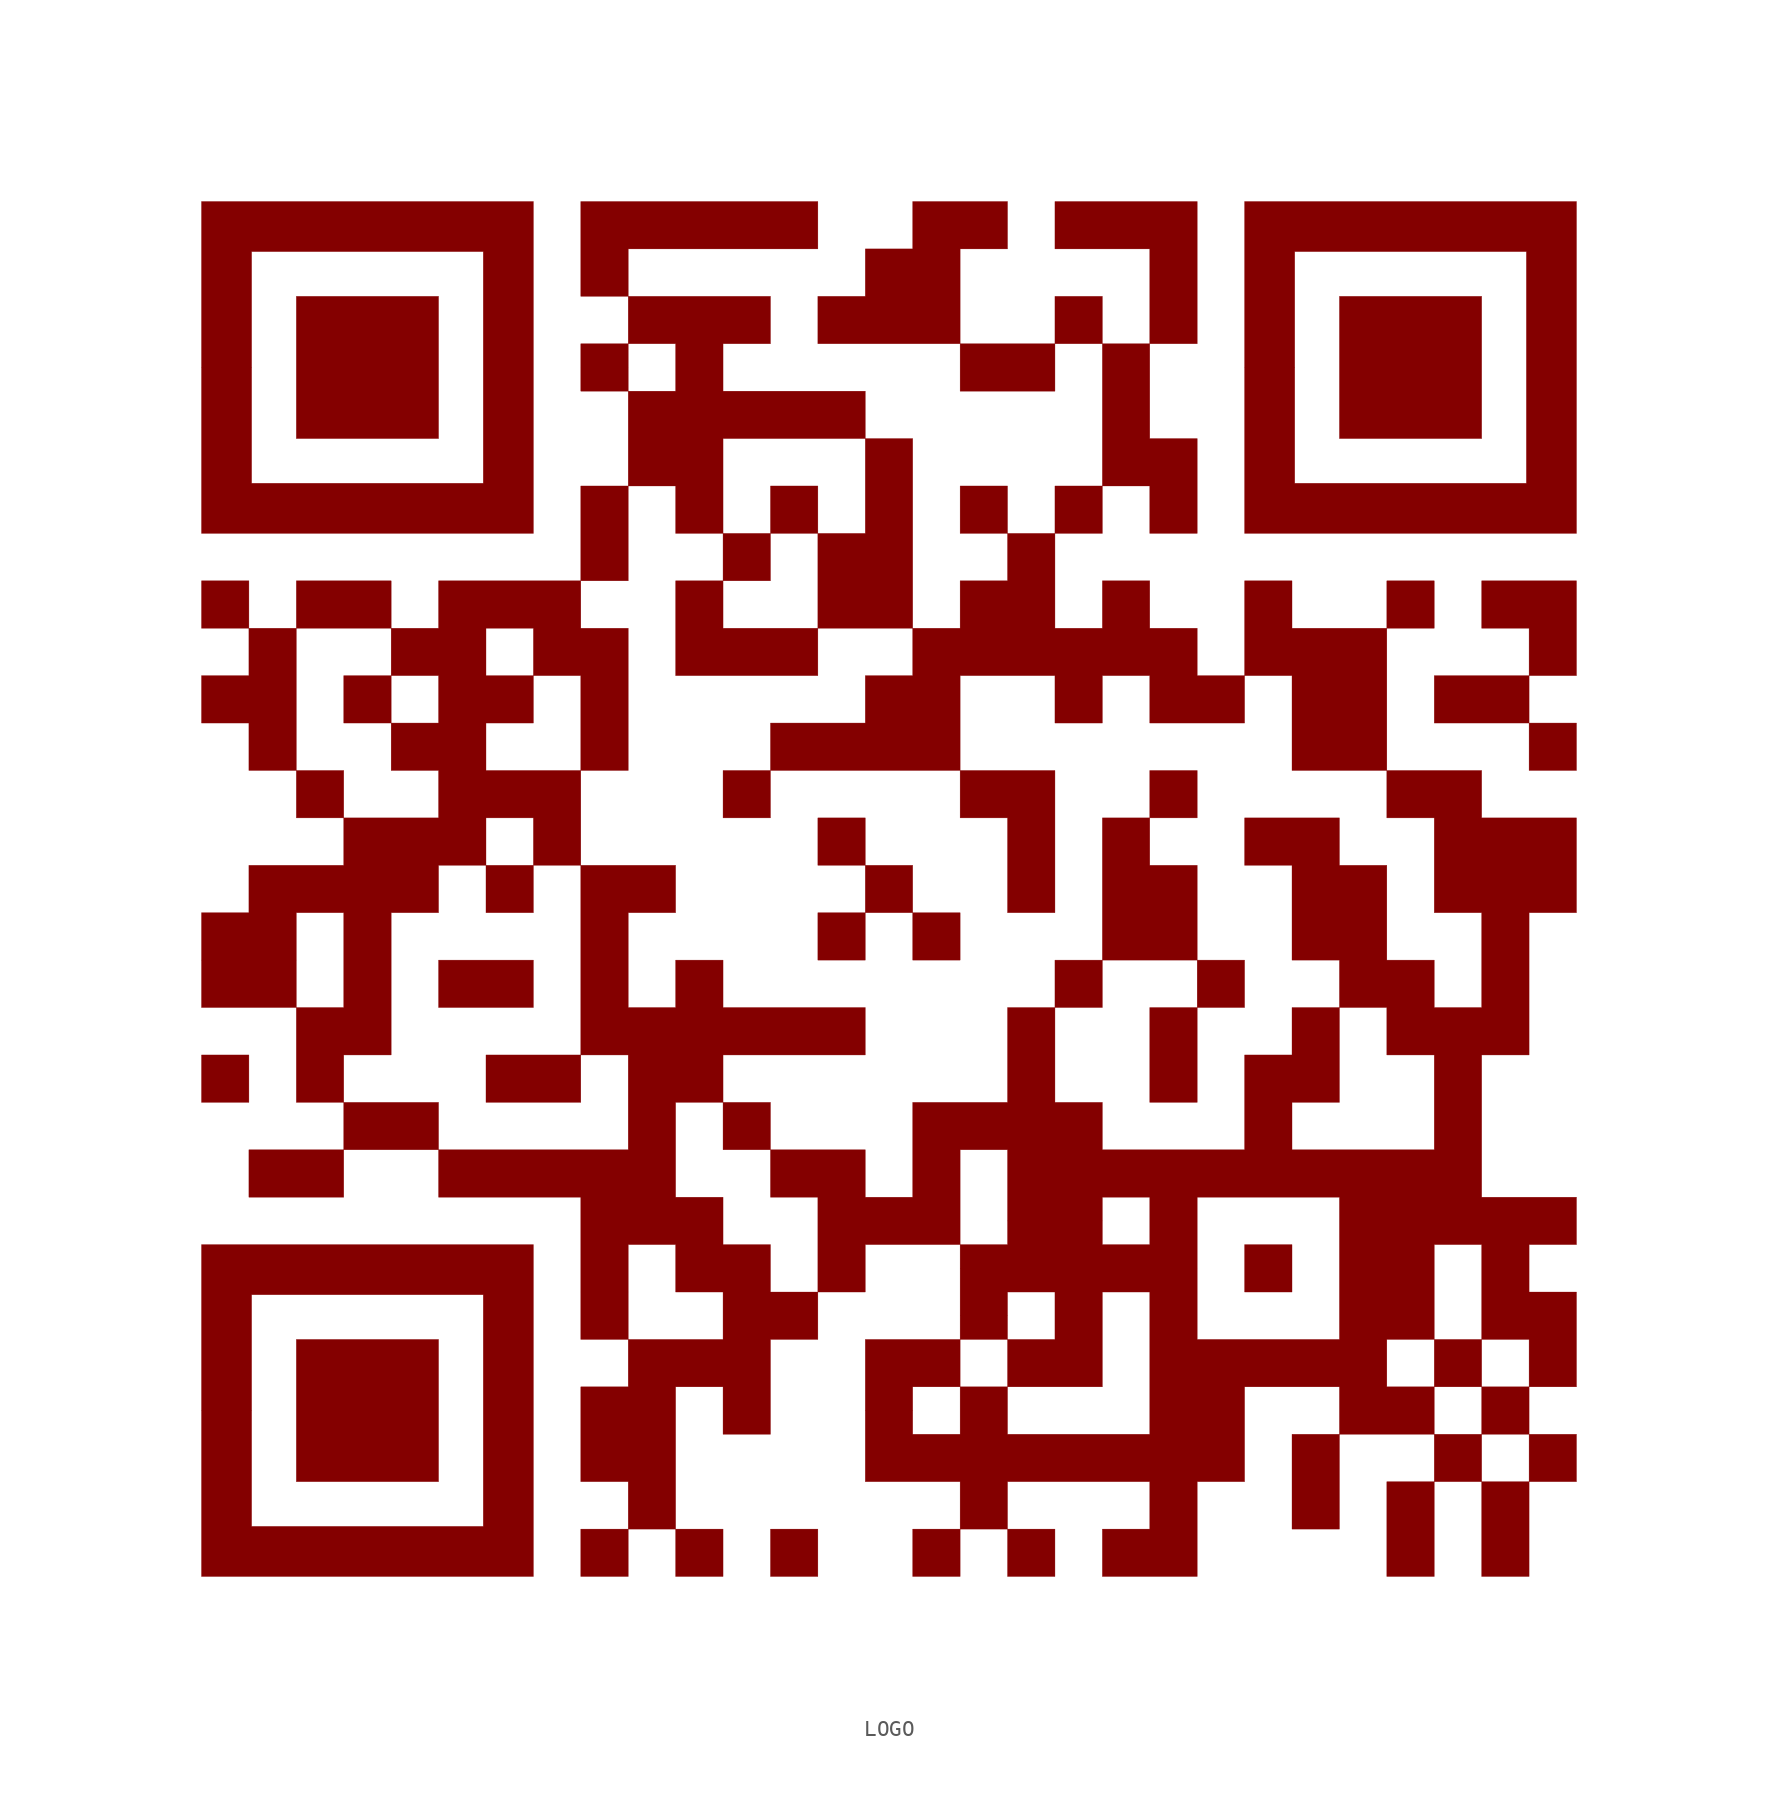
<source format=kicad_sym>
(kicad_symbol_lib
  (version 20220914)
  (generator "bitmap2component")
  (generator_version "9.0")
  (symbol "LOGO"
    (pin_names
      (offset 1.016))
    (property "Reference" "#G"
      (at 0 48.26 0)
      (effects (font (size 1.27 1.27)) hide))
    (symbol "LOGO_0_0"
      (polyline (pts (xy -22.225 -32.597) (xy -22.225 -22.225) (xy -32.597 -22.225) (xy -42.968 -22.225) (xy -42.968 -32.597) (xy -39.836 -32.597) (xy -39.836 -25.358) (xy -32.597 -25.358) (xy -25.358 -25.358) (xy -25.358 -32.597) (xy -25.358 -39.836) (xy -32.597 -39.836) (xy -39.836 -39.836) (xy -39.836 -32.597) (xy -42.968 -32.597) (xy -42.968 -42.968) (xy -32.597 -42.968) (xy -22.225 -42.968) (xy -22.225 -32.597)) (stroke (width 0.01) (type default)) (fill (type outline)))
      (polyline (pts (xy 4.445 -41.487) (xy 4.445 -40.005) (xy 5.927 -40.005) (xy 7.408 -40.005) (xy 7.408 -41.487) (xy 7.408 -42.968) (xy 8.89 -42.968) (xy 10.372 -42.968) (xy 10.372 -41.487) (xy 10.372 -40.005) (xy 8.89 -40.005) (xy 7.408 -40.005) (xy 7.408 -38.523) (xy 7.408 -37.042) (xy 11.853 -37.042) (xy 16.298 -37.042) (xy 16.298 -38.523) (xy 16.298 -40.005) (xy 14.817 -40.005) (xy 13.335 -40.005) (xy 13.335 -41.487) (xy 13.335 -42.968) (xy 16.298 -42.968) (xy 19.262 -42.968) (xy 19.262 -40.005) (xy 19.262 -37.042) (xy 20.743 -37.042) (xy 22.225 -37.042) (xy 22.225 -34.078) (xy 22.225 -31.115) (xy 25.188 -31.115) (xy 28.152 -31.115) (xy 28.152 -32.597) (xy 28.152 -34.078) (xy 26.67 -34.078) (xy 25.188 -34.078) (xy 25.188 -37.042) (xy 25.188 -40.005) (xy 26.67 -40.005) (xy 28.152 -40.005) (xy 28.152 -37.042) (xy 28.152 -34.078) (xy 31.115 -34.078) (xy 34.078 -34.078) (xy 34.078 -35.56) (xy 34.078 -37.042) (xy 32.597 -37.042) (xy 31.115 -37.042) (xy 31.115 -40.005) (xy 31.115 -42.968) (xy 32.597 -42.968) (xy 34.078 -42.968) (xy 34.078 -40.005) (xy 34.078 -37.042) (xy 35.56 -37.042) (xy 37.042 -37.042) (xy 37.042 -40.005) (xy 37.042 -42.968) (xy 38.523 -42.968) (xy 40.005 -42.968) (xy 40.005 -40.005) (xy 40.005 -37.042) (xy 38.523 -37.042) (xy 37.042 -37.042) (xy 37.042 -35.56) (xy 37.042 -34.078) (xy 35.56 -34.078) (xy 34.078 -34.078) (xy 34.078 -32.597) (xy 34.078 -31.115) (xy 32.597 -31.115) (xy 31.115 -31.115) (xy 31.115 -29.633) (xy 31.115 -28.152) (xy 32.597 -28.152) (xy 34.078 -28.152) (xy 34.078 -25.188) (xy 34.078 -22.225) (xy 35.56 -22.225) (xy 37.042 -22.225) (xy 37.042 -25.188) (xy 37.042 -28.152) (xy 38.523 -28.152) (xy 40.005 -28.152) (xy 40.005 -29.633) (xy 40.005 -31.115) (xy 41.487 -31.115) (xy 42.968 -31.115) (xy 42.968 -28.152) (xy 42.968 -25.188) (xy 41.487 -25.188) (xy 40.005 -25.188) (xy 40.005 -23.707) (xy 40.005 -22.225) (xy 41.487 -22.225) (xy 42.968 -22.225) (xy 42.968 -20.743) (xy 42.968 -19.262) (xy 40.005 -19.262) (xy 37.042 -19.262) (xy 37.042 -14.817) (xy 37.042 -10.372) (xy 38.523 -10.372) (xy 40.005 -10.372) (xy 40.005 -5.927) (xy 40.005 -1.482) (xy 41.487 -1.482) (xy 42.968 -1.482) (xy 42.968 1.482) (xy 42.968 4.445) (xy 40.005 4.445) (xy 37.042 4.445) (xy 37.042 5.927) (xy 37.042 7.408) (xy 34.078 7.408) (xy 31.115 7.408) (xy 31.115 11.853) (xy 31.115 16.298) (xy 28.152 16.298) (xy 25.188 16.298) (xy 25.188 17.78) (xy 25.188 19.262) (xy 23.707 19.262) (xy 22.225 19.262) (xy 22.225 16.298) (xy 22.225 13.335) (xy 20.743 13.335) (xy 19.262 13.335) (xy 19.262 14.817) (xy 19.262 16.298) (xy 17.78 16.298) (xy 16.298 16.298) (xy 16.298 17.78) (xy 16.298 19.262) (xy 14.817 19.262) (xy 13.335 19.262) (xy 13.335 17.78) (xy 13.335 16.298) (xy 11.853 16.298) (xy 10.372 16.298) (xy 10.372 19.262) (xy 10.372 22.225) (xy 8.89 22.225) (xy 7.408 22.225) (xy 7.408 23.707) (xy 7.408 25.188) (xy 5.927 25.188) (xy 4.445 25.188) (xy 4.445 23.707) (xy 4.445 22.225) (xy 5.927 22.225) (xy 7.408 22.225) (xy 7.408 20.743) (xy 7.408 19.262) (xy 5.927 19.262) (xy 4.445 19.262) (xy 4.445 17.78) (xy 4.445 16.298) (xy 2.963 16.298) (xy 1.482 16.298) (xy 1.482 22.225) (xy 1.482 28.152) (xy 0 28.152) (xy -1.482 28.152) (xy -1.482 29.633) (xy -1.482 31.115) (xy -5.927 31.115) (xy -10.372 31.115) (xy -10.372 32.597) (xy -10.372 34.078) (xy -8.89 34.078) (xy -7.408 34.078) (xy -7.408 35.56) (xy -7.408 37.042) (xy -11.853 37.042) (xy -16.298 37.042) (xy -16.298 38.523) (xy -16.298 40.005) (xy -10.372 40.005) (xy -4.445 40.005) (xy -4.445 41.487) (xy -4.445 42.968) (xy -11.853 42.968) (xy -19.262 42.968) (xy -19.262 40.005) (xy -19.262 37.042) (xy -17.78 37.042) (xy -16.298 37.042) (xy -16.298 35.56) (xy -16.298 34.078) (xy -17.78 34.078) (xy -19.262 34.078) (xy -19.262 32.597) (xy -16.298 32.597) (xy -16.298 34.078) (xy -14.817 34.078) (xy -13.335 34.078) (xy -13.335 32.597) (xy -13.335 31.115) (xy -14.817 31.115) (xy -16.298 31.115) (xy -16.298 32.597) (xy -19.262 32.597) (xy -19.262 31.115) (xy -17.78 31.115) (xy -16.298 31.115) (xy -16.298 28.152) (xy -16.298 25.188) (xy -17.78 25.188) (xy -19.262 25.188) (xy -19.262 22.225) (xy -19.262 19.262) (xy -17.78 19.262) (xy -16.298 19.262) (xy -16.298 22.225) (xy -16.298 25.188) (xy -14.817 25.188) (xy -13.335 25.188) (xy -13.335 23.707) (xy -13.335 22.225) (xy -11.853 22.225) (xy -10.372 22.225) (xy -10.372 25.188) (xy -10.372 28.152) (xy -5.927 28.152) (xy -1.482 28.152) (xy -1.482 25.188) (xy -1.482 22.225) (xy -2.963 22.225) (xy -4.445 22.225) (xy -4.445 19.262) (xy -4.445 16.298) (xy -1.482 16.298) (xy 1.482 16.298) (xy 1.482 14.817) (xy 1.482 13.335) (xy 0 13.335) (xy -1.482 13.335) (xy -1.482 11.853) (xy -1.482 10.372) (xy -4.445 10.372) (xy -7.408 10.372) (xy -7.408 8.89) (xy -7.408 7.408) (xy -1.482 7.408) (xy 4.445 7.408) (xy 4.445 10.372) (xy 4.445 13.335) (xy 7.408 13.335) (xy 10.372 13.335) (xy 10.372 11.853) (xy 10.372 10.372) (xy 11.853 10.372) (xy 13.335 10.372) (xy 13.335 11.853) (xy 13.335 13.335) (xy 14.817 13.335) (xy 16.298 13.335) (xy 16.298 11.853) (xy 16.298 10.372) (xy 19.262 10.372) (xy 22.225 10.372) (xy 22.225 11.853) (xy 22.225 13.335) (xy 23.707 13.335) (xy 25.188 13.335) (xy 25.188 10.372) (xy 25.188 7.408) (xy 28.152 7.408) (xy 31.115 7.408) (xy 31.115 5.927) (xy 31.115 4.445) (xy 32.597 4.445) (xy 34.078 4.445) (xy 34.078 1.482) (xy 34.078 -1.482) (xy 35.56 -1.482) (xy 37.042 -1.482) (xy 37.042 -4.445) (xy 37.042 -7.408) (xy 35.56 -7.408) (xy 34.078 -7.408) (xy 34.078 -5.927) (xy 34.078 -4.445) (xy 32.597 -4.445) (xy 31.115 -4.445) (xy 31.115 -1.482) (xy 31.115 1.482) (xy 29.633 1.482) (xy 28.152 1.482) (xy 28.152 2.963) (xy 28.152 4.445) (xy 25.188 4.445) (xy 22.225 4.445) (xy 22.225 2.963) (xy 22.225 1.482) (xy 23.707 1.482) (xy 25.188 1.482) (xy 25.188 -1.482) (xy 25.188 -4.445) (xy 26.67 -4.445) (xy 28.152 -4.445) (xy 28.152 -5.927) (xy 28.152 -7.408) (xy 29.633 -7.408) (xy 31.115 -7.408) (xy 31.115 -8.89) (xy 31.115 -10.372) (xy 32.597 -10.372) (xy 34.078 -10.372) (xy 34.078 -13.335) (xy 34.078 -16.298) (xy 29.633 -16.298) (xy 25.188 -16.298) (xy 25.188 -14.817) (xy 25.188 -13.335) (xy 26.67 -13.335) (xy 28.152 -13.335) (xy 28.152 -10.372) (xy 28.152 -7.408) (xy 26.67 -7.408) (xy 25.188 -7.408) (xy 25.188 -8.89) (xy 25.188 -10.372) (xy 23.707 -10.372) (xy 22.225 -10.372) (xy 22.225 -13.335) (xy 22.225 -16.298) (xy 17.78 -16.298) (xy 13.335 -16.298) (xy 13.335 -14.817) (xy 13.335 -13.335) (xy 11.853 -13.335) (xy 10.372 -13.335) (xy 10.372 -10.372) (xy 10.372 -7.408) (xy 8.89 -7.408) (xy 7.408 -7.408) (xy 7.408 -10.372) (xy 7.408 -13.335) (xy 4.445 -13.335) (xy 1.482 -13.335) (xy 1.482 -16.298) (xy 1.482 -19.262) (xy 4.445 -19.262) (xy 4.445 -16.298) (xy 5.927 -16.298) (xy 7.408 -16.298) (xy 7.408 -19.262) (xy 7.408 -20.743) (xy 13.335 -20.743) (xy 13.335 -19.262) (xy 14.817 -19.262) (xy 16.298 -19.262) (xy 16.298 -20.743) (xy 16.298 -22.225) (xy 14.817 -22.225) (xy 13.335 -22.225) (xy 13.335 -20.743) (xy 7.408 -20.743) (xy 7.408 -22.225) (xy 5.927 -22.225) (xy 4.445 -22.225) (xy 4.445 -19.262) (xy 1.482 -19.262) (xy 0 -19.262) (xy -1.482 -19.262) (xy -1.482 -17.78) (xy -1.482 -16.298) (xy -4.445 -16.298) (xy -7.408 -16.298) (xy -7.408 -17.78) (xy -7.408 -19.262) (xy -5.927 -19.262) (xy -4.445 -19.262) (xy -4.445 -22.225) (xy -4.445 -25.188) (xy -2.963 -25.188) (xy -1.482 -25.188) (xy -1.482 -23.707) (xy -1.482 -22.225) (xy 1.482 -22.225) (xy 4.445 -22.225) (xy 4.445 -23.707) (xy 19.262 -23.707) (xy 19.262 -19.262) (xy 23.707 -19.262) (xy 28.152 -19.262) (xy 28.152 -23.707) (xy 28.152 -28.152) (xy 23.707 -28.152) (xy 19.262 -28.152) (xy 19.262 -23.707) (xy 4.445 -23.707) (xy 4.445 -25.188) (xy 4.445 -26.67) (xy 7.408 -26.67) (xy 7.408 -25.188) (xy 8.89 -25.188) (xy 10.372 -25.188) (xy 10.372 -26.67) (xy 10.372 -28.152) (xy 8.89 -28.152) (xy 7.408 -28.152) (xy 7.408 -26.67) (xy 4.445 -26.67) (xy 4.445 -28.152) (xy 1.482 -28.152) (xy -1.482 -28.152) (xy -1.482 -32.597) (xy 1.482 -32.597) (xy 1.482 -31.115) (xy 2.963 -31.115) (xy 4.445 -31.115) (xy 4.445 -29.633) (xy 4.445 -28.152) (xy 5.927 -28.152) (xy 7.408 -28.152) (xy 7.408 -29.633) (xy 7.408 -31.115) (xy 10.372 -31.115) (xy 13.335 -31.115) (xy 13.335 -28.152) (xy 13.335 -25.188) (xy 14.817 -25.188) (xy 16.298 -25.188) (xy 16.298 -29.633) (xy 16.298 -34.078) (xy 11.853 -34.078) (xy 7.408 -34.078) (xy 7.408 -32.597) (xy 7.408 -31.115) (xy 5.927 -31.115) (xy 4.445 -31.115) (xy 4.445 -32.597) (xy 4.445 -34.078) (xy 2.963 -34.078) (xy 1.482 -34.078) (xy 1.482 -32.597) (xy -1.482 -32.597) (xy -1.482 -37.042) (xy 1.482 -37.042) (xy 4.445 -37.042) (xy 4.445 -38.523) (xy 4.445 -40.005) (xy 2.963 -40.005) (xy 1.482 -40.005) (xy 1.482 -41.487) (xy 1.482 -42.968) (xy 2.963 -42.968) (xy 4.445 -42.968) (xy 4.445 -41.487)) (stroke (width 0.01) (type default)) (fill (type outline)))
      (polyline (pts (xy 13.335 23.707) (xy 13.335 25.188) (xy 14.817 25.188) (xy 16.298 25.188) (xy 16.298 23.707) (xy 16.298 22.225) (xy 17.78 22.225) (xy 19.262 22.225) (xy 19.262 25.188) (xy 19.262 28.152) (xy 17.78 28.152) (xy 16.298 28.152) (xy 16.298 31.115) (xy 16.298 34.078) (xy 14.817 34.078) (xy 13.335 34.078) (xy 13.335 35.56) (xy 13.335 37.042) (xy 11.853 37.042) (xy 10.372 37.042) (xy 10.372 35.56) (xy 10.372 34.078) (xy 7.408 34.078) (xy 4.445 34.078) (xy 4.445 37.042) (xy 4.445 40.005) (xy 5.927 40.005) (xy 7.408 40.005) (xy 7.408 41.487) (xy 7.408 42.968) (xy 4.445 42.968) (xy 1.482 42.968) (xy 1.482 41.487) (xy 1.482 40.005) (xy 0 40.005) (xy -1.482 40.005) (xy -1.482 38.523) (xy -1.482 37.042) (xy -2.963 37.042) (xy -4.445 37.042) (xy -4.445 35.56) (xy -4.445 34.078) (xy 0 34.078) (xy 4.445 34.078) (xy 4.445 32.597) (xy 4.445 31.115) (xy 7.408 31.115) (xy 10.372 31.115) (xy 10.372 32.597) (xy 10.372 34.078) (xy 11.853 34.078) (xy 13.335 34.078) (xy 13.335 29.633) (xy 13.335 25.188) (xy 11.853 25.188) (xy 10.372 25.188) (xy 10.372 23.707) (xy 10.372 22.225) (xy 11.853 22.225) (xy 13.335 22.225) (xy 13.335 23.707)) (stroke (width 0.01) (type default)) (fill (type outline)))
      (polyline (pts (xy 19.262 38.523) (xy 19.262 42.968) (xy 14.817 42.968) (xy 10.372 42.968) (xy 10.372 41.487) (xy 10.372 40.005) (xy 13.335 40.005) (xy 16.298 40.005) (xy 16.298 37.042) (xy 16.298 34.078) (xy 17.78 34.078) (xy 19.262 34.078) (xy 19.262 38.523)) (stroke (width 0.01) (type default)) (fill (type outline)))
      (polyline (pts (xy -16.298 -41.487) (xy -16.298 -40.005) (xy -14.817 -40.005) (xy -13.335 -40.005) (xy -13.335 -41.487) (xy -13.335 -42.968) (xy -11.853 -42.968) (xy -10.372 -42.968) (xy -10.372 -41.487) (xy -10.372 -40.005) (xy -11.853 -40.005) (xy -13.335 -40.005) (xy -13.335 -35.56) (xy -13.335 -31.115) (xy -11.853 -31.115) (xy -10.372 -31.115) (xy -10.372 -32.597) (xy -10.372 -34.078) (xy -8.89 -34.078) (xy -7.408 -34.078) (xy -7.408 -31.115) (xy -7.408 -28.152) (xy -5.927 -28.152) (xy -4.445 -28.152) (xy -4.445 -26.67) (xy -4.445 -25.188) (xy -5.927 -25.188) (xy -7.408 -25.188) (xy -7.408 -23.707) (xy -7.408 -22.225) (xy -8.89 -22.225) (xy -10.372 -22.225) (xy -10.372 -20.743) (xy -10.372 -19.262) (xy -11.853 -19.262) (xy -13.335 -19.262) (xy -13.335 -16.298) (xy -13.335 -13.335) (xy -11.853 -13.335) (xy -10.372 -13.335) (xy -10.372 -11.853) (xy -10.372 -10.372) (xy -5.927 -10.372) (xy -1.482 -10.372) (xy -1.482 -8.89) (xy -1.482 -7.408) (xy -5.927 -7.408) (xy -10.372 -7.408) (xy -10.372 -5.927) (xy -10.372 -4.445) (xy -11.853 -4.445) (xy -13.335 -4.445) (xy -13.335 -5.927) (xy -13.335 -7.408) (xy -14.817 -7.408) (xy -16.298 -7.408) (xy -16.298 -4.445) (xy -16.298 -1.482) (xy -14.817 -1.482) (xy -13.335 -1.482) (xy -13.335 0) (xy -13.335 1.482) (xy -16.298 1.482) (xy -19.262 1.482) (xy -19.262 -4.445) (xy -19.262 -10.372) (xy -17.78 -10.372) (xy -16.298 -10.372) (xy -16.298 -13.335) (xy -16.298 -16.298) (xy -22.225 -16.298) (xy -28.152 -16.298) (xy -28.152 -14.817) (xy -28.152 -13.335) (xy -31.115 -13.335) (xy -34.078 -13.335) (xy -34.078 -11.853) (xy -34.078 -10.372) (xy -32.597 -10.372) (xy -31.115 -10.372) (xy -31.115 -5.927) (xy -31.115 -1.482) (xy -29.633 -1.482) (xy -28.152 -1.482) (xy -28.152 0) (xy -28.152 1.482) (xy -26.67 1.482) (xy -25.188 1.482) (xy -25.188 2.963) (xy -25.188 4.445) (xy -23.707 4.445) (xy -22.225 4.445) (xy -22.225 2.963) (xy -22.225 1.482) (xy -20.743 1.482) (xy -19.262 1.482) (xy -19.262 4.445) (xy -19.262 7.408) (xy -22.225 7.408) (xy -25.188 7.408) (xy -25.188 8.89) (xy -25.188 10.372) (xy -23.707 10.372) (xy -22.225 10.372) (xy -22.225 11.853) (xy -22.225 13.335) (xy -23.707 13.335) (xy -25.188 13.335) (xy -25.188 14.817) (xy -25.188 16.298) (xy -23.707 16.298) (xy -22.225 16.298) (xy -22.225 14.817) (xy -22.225 13.335) (xy -20.743 13.335) (xy -19.262 13.335) (xy -19.262 10.372) (xy -19.262 7.408) (xy -17.78 7.408) (xy -16.298 7.408) (xy -16.298 11.853) (xy -16.298 16.298) (xy -17.78 16.298) (xy -19.262 16.298) (xy -19.262 17.78) (xy -19.262 19.262) (xy -23.707 19.262) (xy -28.152 19.262) (xy -28.152 17.78) (xy -28.152 16.298) (xy -29.633 16.298) (xy -31.115 16.298) (xy -31.115 17.78) (xy -31.115 19.262) (xy -34.078 19.262) (xy -37.042 19.262) (xy -37.042 17.78) (xy -37.042 16.298) (xy -38.523 16.298) (xy -40.005 16.298) (xy -40.005 17.78) (xy -40.005 19.262) (xy -41.487 19.262) (xy -42.968 19.262) (xy -42.968 17.78) (xy -42.968 16.298) (xy -41.487 16.298) (xy -40.005 16.298) (xy -40.005 14.817) (xy -40.005 13.335) (xy -41.487 13.335) (xy -42.968 13.335) (xy -42.968 11.853) (xy -42.968 10.372) (xy -41.487 10.372) (xy -40.005 10.372) (xy -40.005 8.89) (xy -40.005 7.408) (xy -38.523 7.408) (xy -37.042 7.408) (xy -37.042 11.853) (xy -37.042 16.298) (xy -34.078 16.298) (xy -31.115 16.298) (xy -31.115 14.817) (xy -31.115 13.335) (xy -29.633 13.335) (xy -28.152 13.335) (xy -28.152 11.853) (xy -28.152 10.372) (xy -29.633 10.372) (xy -31.115 10.372) (xy -31.115 8.89) (xy -31.115 7.408) (xy -29.633 7.408) (xy -28.152 7.408) (xy -28.152 5.927) (xy -28.152 4.445) (xy -31.115 4.445) (xy -34.078 4.445) (xy -34.078 5.927) (xy -34.078 7.408) (xy -35.56 7.408) (xy -37.042 7.408) (xy -37.042 5.927) (xy -37.042 4.445) (xy -35.56 4.445) (xy -34.078 4.445) (xy -34.078 2.963) (xy -34.078 1.482) (xy -37.042 1.482) (xy -40.005 1.482) (xy -40.005 0) (xy -40.005 -1.482) (xy -41.487 -1.482) (xy -42.968 -1.482) (xy -42.968 -4.445) (xy -37.042 -4.445) (xy -37.042 -1.482) (xy -35.56 -1.482) (xy -34.078 -1.482) (xy -34.078 -4.445) (xy -34.078 -7.408) (xy -35.56 -7.408) (xy -37.042 -7.408) (xy -37.042 -4.445) (xy -42.968 -4.445) (xy -42.968 -7.408) (xy -40.005 -7.408) (xy -37.042 -7.408) (xy -37.042 -10.372) (xy -37.042 -13.335) (xy -35.56 -13.335) (xy -34.078 -13.335) (xy -34.078 -14.817) (xy -34.078 -16.298) (xy -37.042 -16.298) (xy -40.005 -16.298) (xy -40.005 -17.78) (xy -40.005 -19.262) (xy -37.042 -19.262) (xy -34.078 -19.262) (xy -34.078 -17.78) (xy -34.078 -16.298) (xy -31.115 -16.298) (xy -28.152 -16.298) (xy -28.152 -17.78) (xy -28.152 -19.262) (xy -23.707 -19.262) (xy -19.262 -19.262) (xy -19.262 -23.707) (xy -19.262 -25.188) (xy -16.298 -25.188) (xy -16.298 -22.225) (xy -14.817 -22.225) (xy -13.335 -22.225) (xy -13.335 -23.707) (xy -13.335 -25.188) (xy -11.853 -25.188) (xy -10.372 -25.188) (xy -10.372 -26.67) (xy -10.372 -28.152) (xy -13.335 -28.152) (xy -16.298 -28.152) (xy -16.298 -25.188) (xy -19.262 -25.188) (xy -19.262 -28.152) (xy -17.78 -28.152) (xy -16.298 -28.152) (xy -16.298 -29.633) (xy -16.298 -31.115) (xy -17.78 -31.115) (xy -19.262 -31.115) (xy -19.262 -34.078) (xy -19.262 -37.042) (xy -17.78 -37.042) (xy -16.298 -37.042) (xy -16.298 -38.523) (xy -16.298 -40.005) (xy -17.78 -40.005) (xy -19.262 -40.005) (xy -19.262 -41.487) (xy -19.262 -42.968) (xy -17.78 -42.968) (xy -16.298 -42.968) (xy -16.298 -41.487)) (stroke (width 0.01) (type default)) (fill (type outline)))
      (polyline (pts (xy 34.078 17.78) (xy 34.078 19.262) (xy 32.597 19.262) (xy 31.115 19.262) (xy 31.115 17.78) (xy 31.115 16.298) (xy 32.597 16.298) (xy 34.078 16.298) (xy 34.078 17.78)) (stroke (width 0.01) (type default)) (fill (type outline)))
      (polyline (pts (xy 42.968 -35.56) (xy 42.968 -34.078) (xy 41.487 -34.078) (xy 40.005 -34.078) (xy 40.005 -32.597) (xy 40.005 -31.115) (xy 38.523 -31.115) (xy 37.042 -31.115) (xy 37.042 -32.597) (xy 37.042 -34.078) (xy 38.523 -34.078) (xy 40.005 -34.078) (xy 40.005 -35.56) (xy 40.005 -37.042) (xy 41.487 -37.042) (xy 42.968 -37.042) (xy 42.968 -35.56)) (stroke (width 0.01) (type default)) (fill (type outline)))
      (polyline (pts (xy -4.445 -41.487) (xy -4.445 -40.005) (xy -5.927 -40.005) (xy -7.408 -40.005) (xy -7.408 -41.487) (xy -7.408 -42.968) (xy -5.927 -42.968) (xy -4.445 -42.968) (xy -4.445 -41.487)) (stroke (width 0.01) (type default)) (fill (type outline)))
      (polyline (pts (xy -40.005 -11.853) (xy -40.005 -10.372) (xy -41.487 -10.372) (xy -42.968 -10.372) (xy -42.968 -11.853) (xy -42.968 -13.335) (xy -41.487 -13.335) (xy -40.005 -13.335) (xy -40.005 -11.853)) (stroke (width 0.01) (type default)) (fill (type outline)))
      (polyline (pts (xy 42.968 16.298) (xy 42.968 19.262) (xy 40.005 19.262) (xy 37.042 19.262) (xy 37.042 17.78) (xy 37.042 16.298) (xy 38.523 16.298) (xy 40.005 16.298) (xy 40.005 14.817) (xy 40.005 13.335) (xy 41.487 13.335) (xy 42.968 13.335) (xy 42.968 16.298)) (stroke (width 0.01) (type default)) (fill (type outline)))
      (polyline (pts (xy 42.968 8.89) (xy 42.968 10.372) (xy 41.487 10.372) (xy 40.005 10.372) (xy 40.005 11.853) (xy 40.005 13.335) (xy 37.042 13.335) (xy 34.078 13.335) (xy 34.078 11.853) (xy 34.078 10.372) (xy 37.042 10.372) (xy 40.005 10.372) (xy 40.005 8.89) (xy 40.005 7.408) (xy 41.487 7.408) (xy 42.968 7.408) (xy 42.968 8.89)) (stroke (width 0.01) (type default)) (fill (type outline)))
      (polyline (pts (xy -22.225 32.597) (xy -22.225 42.968) (xy -32.597 42.968) (xy -42.968 42.968) (xy -42.968 32.597) (xy -39.836 32.597) (xy -39.836 39.836) (xy -32.597 39.836) (xy -25.358 39.836) (xy -25.358 32.597) (xy -25.358 25.358) (xy -32.597 25.358) (xy -39.836 25.358) (xy -39.836 32.597) (xy -42.968 32.597) (xy -42.968 22.225) (xy -32.597 22.225) (xy -22.225 22.225) (xy -22.225 32.597)) (stroke (width 0.01) (type default)) (fill (type outline)))
      (polyline (pts (xy 42.968 32.597) (xy 42.968 42.968) (xy 32.597 42.968) (xy 22.225 42.968) (xy 22.225 32.597) (xy 25.358 32.597) (xy 25.358 39.836) (xy 32.597 39.836) (xy 39.836 39.836) (xy 39.836 32.597) (xy 39.836 25.358) (xy 32.597 25.358) (xy 25.358 25.358) (xy 25.358 32.597) (xy 22.225 32.597) (xy 22.225 22.225) (xy 32.597 22.225) (xy 42.968 22.225) (xy 42.968 32.597)) (stroke (width 0.01) (type default)) (fill (type outline)))
      (polyline (pts (xy -28.152 -32.597) (xy -28.152 -28.152) (xy -32.597 -28.152) (xy -37.042 -28.152) (xy -37.042 -32.597) (xy -37.042 -37.042) (xy -32.597 -37.042) (xy -28.152 -37.042) (xy -28.152 -32.597)) (stroke (width 0.01) (type default)) (fill (type outline)))
      (polyline (pts (xy 37.042 -29.633) (xy 37.042 -28.152) (xy 35.56 -28.152) (xy 34.078 -28.152) (xy 34.078 -29.633) (xy 34.078 -31.115) (xy 35.56 -31.115) (xy 37.042 -31.115) (xy 37.042 -29.633)) (stroke (width 0.01) (type default)) (fill (type outline)))
      (polyline (pts (xy 25.188 -23.707) (xy 25.188 -22.225) (xy 23.707 -22.225) (xy 22.225 -22.225) (xy 22.225 -23.707) (xy 22.225 -25.188) (xy 23.707 -25.188) (xy 25.188 -25.188) (xy 25.188 -23.707)) (stroke (width 0.01) (type default)) (fill (type outline)))
      (polyline (pts (xy -7.408 -14.817) (xy -7.408 -13.335) (xy -8.89 -13.335) (xy -10.372 -13.335) (xy -10.372 -14.817) (xy -10.372 -16.298) (xy -8.89 -16.298) (xy -7.408 -16.298) (xy -7.408 -14.817)) (stroke (width 0.01) (type default)) (fill (type outline)))
      (polyline (pts (xy -19.262 -11.853) (xy -19.262 -10.372) (xy -22.225 -10.372) (xy -25.188 -10.372) (xy -25.188 -11.853) (xy -25.188 -13.335) (xy -22.225 -13.335) (xy -19.262 -13.335) (xy -19.262 -11.853)) (stroke (width 0.01) (type default)) (fill (type outline)))
      (polyline (pts (xy 19.262 5.927) (xy 19.262 7.408) (xy 17.78 7.408) (xy 16.298 7.408) (xy 16.298 5.927) (xy 16.298 4.445) (xy 17.78 4.445) (xy 19.262 4.445) (xy 19.262 5.927)) (stroke (width 0.01) (type default)) (fill (type outline)))
      (polyline (pts (xy 13.335 -5.927) (xy 13.335 -4.445) (xy 16.298 -4.445) (xy 19.262 -4.445) (xy 19.262 -5.927) (xy 19.262 -7.408) (xy 20.743 -7.408) (xy 22.225 -7.408) (xy 22.225 -5.927) (xy 22.225 -4.445) (xy 20.743 -4.445) (xy 19.262 -4.445) (xy 19.262 -1.482) (xy 19.262 1.482) (xy 17.78 1.482) (xy 16.298 1.482) (xy 16.298 2.963) (xy 16.298 4.445) (xy 14.817 4.445) (xy 13.335 4.445) (xy 13.335 0) (xy 13.335 -4.445) (xy 11.853 -4.445) (xy 10.372 -4.445) (xy 10.372 -5.927) (xy 10.372 -7.408) (xy 11.853 -7.408) (xy 13.335 -7.408) (xy 13.335 -5.927)) (stroke (width 0.01) (type default)) (fill (type outline)))
      (polyline (pts (xy 19.262 -10.372) (xy 19.262 -7.408) (xy 17.78 -7.408) (xy 16.298 -7.408) (xy 16.298 -10.372) (xy 16.298 -13.335) (xy 17.78 -13.335) (xy 19.262 -13.335) (xy 19.262 -10.372)) (stroke (width 0.01) (type default)) (fill (type outline)))
      (polyline (pts (xy -22.225 -5.927) (xy -22.225 -4.445) (xy -25.188 -4.445) (xy -28.152 -4.445) (xy -28.152 -5.927) (xy -28.152 -7.408) (xy -25.188 -7.408) (xy -22.225 -7.408) (xy -22.225 -5.927)) (stroke (width 0.01) (type default)) (fill (type outline)))
      (polyline (pts (xy -1.482 -2.963) (xy -1.482 -1.482) (xy 0 -1.482) (xy 1.482 -1.482) (xy 1.482 -2.963) (xy 1.482 -4.445) (xy 2.963 -4.445) (xy 4.445 -4.445) (xy 4.445 -2.963) (xy 4.445 -1.482) (xy 2.963 -1.482) (xy 1.482 -1.482) (xy 1.482 0) (xy 1.482 1.482) (xy 0 1.482) (xy -1.482 1.482) (xy -1.482 2.963) (xy -1.482 4.445) (xy -2.963 4.445) (xy -4.445 4.445) (xy -4.445 2.963) (xy -4.445 1.482) (xy -2.963 1.482) (xy -1.482 1.482) (xy -1.482 0) (xy -1.482 -1.482) (xy -2.963 -1.482) (xy -4.445 -1.482) (xy -4.445 -2.963) (xy -4.445 -4.445) (xy -2.963 -4.445) (xy -1.482 -4.445) (xy -1.482 -2.963)) (stroke (width 0.01) (type default)) (fill (type outline)))
      (polyline (pts (xy -22.225 0) (xy -22.225 1.482) (xy -23.707 1.482) (xy -25.188 1.482) (xy -25.188 0) (xy -25.188 -1.482) (xy -23.707 -1.482) (xy -22.225 -1.482) (xy -22.225 0)) (stroke (width 0.01) (type default)) (fill (type outline)))
      (polyline (pts (xy 10.372 2.963) (xy 10.372 7.408) (xy 7.408 7.408) (xy 4.445 7.408) (xy 4.445 5.927) (xy 4.445 4.445) (xy 5.927 4.445) (xy 7.408 4.445) (xy 7.408 1.482) (xy 7.408 -1.482) (xy 8.89 -1.482) (xy 10.372 -1.482) (xy 10.372 2.963)) (stroke (width 0.01) (type default)) (fill (type outline)))
      (polyline (pts (xy -7.408 5.927) (xy -7.408 7.408) (xy -8.89 7.408) (xy -10.372 7.408) (xy -10.372 5.927) (xy -10.372 4.445) (xy -8.89 4.445) (xy -7.408 4.445) (xy -7.408 5.927)) (stroke (width 0.01) (type default)) (fill (type outline)))
      (polyline (pts (xy -4.445 23.707) (xy -4.445 25.188) (xy -5.927 25.188) (xy -7.408 25.188) (xy -7.408 23.707) (xy -7.408 22.225) (xy -5.927 22.225) (xy -4.445 22.225) (xy -4.445 23.707)) (stroke (width 0.01) (type default)) (fill (type outline)))
      (polyline (pts (xy -7.408 20.743) (xy -7.408 22.225) (xy -8.89 22.225) (xy -10.372 22.225) (xy -10.372 20.743) (xy -10.372 19.262) (xy -8.89 19.262) (xy -7.408 19.262) (xy -7.408 20.743)) (stroke (width 0.01) (type default)) (fill (type outline)))
      (polyline (pts (xy -4.445 14.817) (xy -4.445 16.298) (xy -7.408 16.298) (xy -10.372 16.298) (xy -10.372 17.78) (xy -10.372 19.262) (xy -11.853 19.262) (xy -13.335 19.262) (xy -13.335 16.298) (xy -13.335 13.335) (xy -8.89 13.335) (xy -4.445 13.335) (xy -4.445 14.817)) (stroke (width 0.01) (type default)) (fill (type outline)))
      (polyline (pts (xy -31.115 11.853) (xy -31.115 13.335) (xy -32.597 13.335) (xy -34.078 13.335) (xy -34.078 11.853) (xy -34.078 10.372) (xy -32.597 10.372) (xy -31.115 10.372) (xy -31.115 11.853)) (stroke (width 0.01) (type default)) (fill (type outline)))
      (polyline (pts (xy -28.152 32.597) (xy -28.152 37.042) (xy -32.597 37.042) (xy -37.042 37.042) (xy -37.042 32.597) (xy -37.042 28.152) (xy -32.597 28.152) (xy -28.152 28.152) (xy -28.152 32.597)) (stroke (width 0.01) (type default)) (fill (type outline)))
      (polyline (pts (xy 37.042 32.597) (xy 37.042 37.042) (xy 32.597 37.042) (xy 28.152 37.042) (xy 28.152 32.597) (xy 28.152 28.152) (xy 32.597 28.152) (xy 37.042 28.152) (xy 37.042 32.597)) (stroke (width 0.01) (type default)) (fill (type outline))))))
</source>
